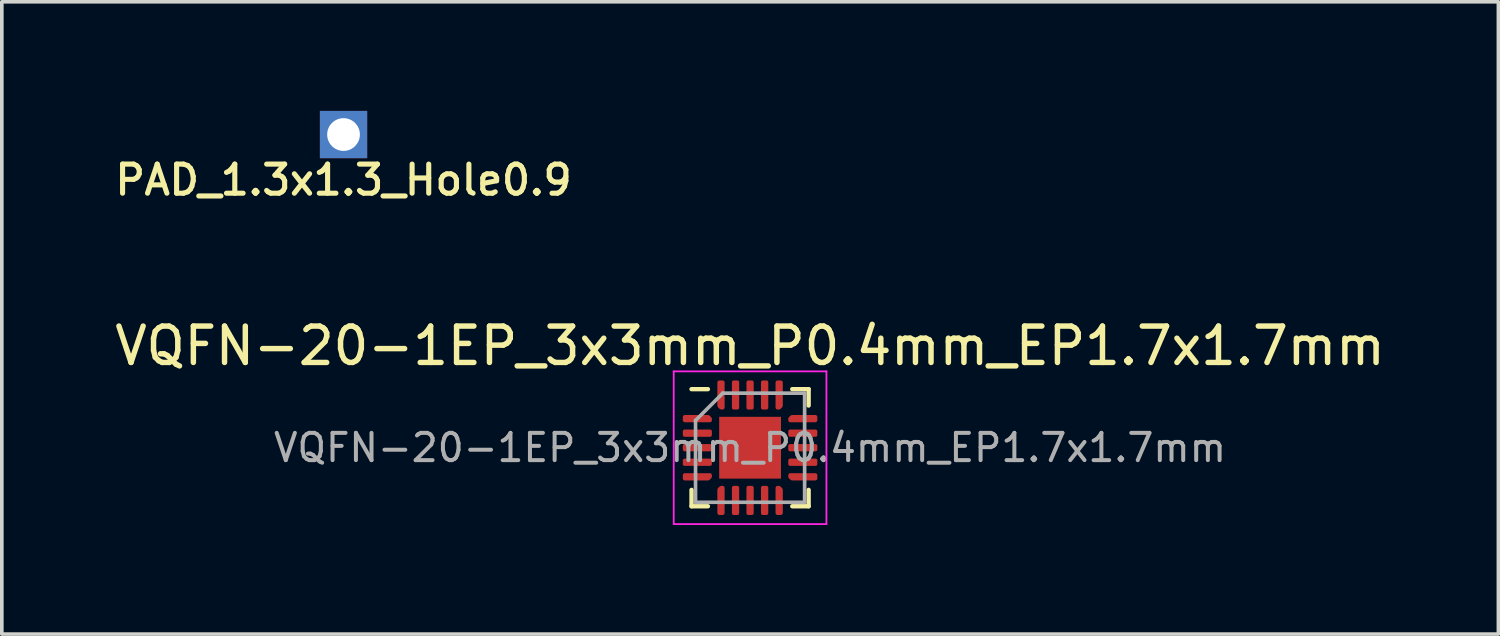
<source format=kicad_pcb>
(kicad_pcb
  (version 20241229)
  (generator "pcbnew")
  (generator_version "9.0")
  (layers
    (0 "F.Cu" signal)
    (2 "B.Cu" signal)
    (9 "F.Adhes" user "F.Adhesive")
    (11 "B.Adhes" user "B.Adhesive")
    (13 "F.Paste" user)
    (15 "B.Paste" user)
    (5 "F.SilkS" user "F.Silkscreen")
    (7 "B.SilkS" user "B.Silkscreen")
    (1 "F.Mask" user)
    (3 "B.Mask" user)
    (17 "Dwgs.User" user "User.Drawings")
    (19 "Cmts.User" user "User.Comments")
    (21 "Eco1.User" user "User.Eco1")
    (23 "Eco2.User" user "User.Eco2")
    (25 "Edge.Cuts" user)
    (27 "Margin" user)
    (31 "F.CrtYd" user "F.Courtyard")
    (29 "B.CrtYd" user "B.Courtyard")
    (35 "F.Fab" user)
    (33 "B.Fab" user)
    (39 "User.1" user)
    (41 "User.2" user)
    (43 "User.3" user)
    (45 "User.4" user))
  (footprint "PAD_1.3x1.3_Hole0.9"
    (layer "F.Cu")
    (at 6.397 0.65)
    (property "Reference" "PAD_1.3x1.3_Hole0.9" (at 0 1.25 0) (layer "F.SilkS") (effects (font (size 0.8 0.8) (thickness 0.14))))
    (attr through_hole)
    (pad "1" thru_hole rect (at 0 0) (size 1.3 1.3) (drill 0.9) (layers "*.Cu" "*.Mask")))
  (footprint "VQFN-20-1EP_3x3mm_P0.4mm_EP1.7x1.7mm"
    (layer "F.Cu")
    (at 17.577 9.262)
    (property "Reference" "VQFN-20-1EP_3x3mm_P0.4mm_EP1.7x1.7mm" (at 0 -2.8 0) (layer "F.SilkS") (effects (font (size 1 1) (thickness 0.15))))
    (attr smd)
    (fp_line (start -1.61 1.61) (end -1.61 1.16) (stroke (width 0.12) (type solid)) (layer "F.SilkS"))
    (fp_line (start -1.16 -1.61) (end -1.61 -1.61) (stroke (width 0.12) (type solid)) (layer "F.SilkS"))
    (fp_line (start -1.16 1.61) (end -1.61 1.61) (stroke (width 0.12) (type solid)) (layer "F.SilkS"))
    (fp_line (start 1.16 -1.61) (end 1.61 -1.61) (stroke (width 0.12) (type solid)) (layer "F.SilkS"))
    (fp_line (start 1.16 1.61) (end 1.61 1.61) (stroke (width 0.12) (type solid)) (layer "F.SilkS"))
    (fp_line (start 1.61 -1.61) (end 1.61 -1.16) (stroke (width 0.12) (type solid)) (layer "F.SilkS"))
    (fp_line (start 1.61 1.61) (end 1.61 1.16) (stroke (width 0.12) (type solid)) (layer "F.SilkS"))
    (fp_line (start -2.1 -2.1) (end -2.1 2.1) (stroke (width 0.05) (type solid)) (layer "F.CrtYd"))
    (fp_line (start -2.1 2.1) (end 2.1 2.1) (stroke (width 0.05) (type solid)) (layer "F.CrtYd"))
    (fp_line (start 2.1 -2.1) (end -2.1 -2.1) (stroke (width 0.05) (type solid)) (layer "F.CrtYd"))
    (fp_line (start 2.1 2.1) (end 2.1 -2.1) (stroke (width 0.05) (type solid)) (layer "F.CrtYd"))
    (fp_line (start -1.5 -0.75) (end -0.75 -1.5) (stroke (width 0.1) (type solid)) (layer "F.Fab"))
    (fp_line (start -1.5 1.5) (end -1.5 -0.75) (stroke (width 0.1) (type solid)) (layer "F.Fab"))
    (fp_line (start -0.75 -1.5) (end 1.5 -1.5) (stroke (width 0.1) (type solid)) (layer "F.Fab"))
    (fp_line (start 1.5 -1.5) (end 1.5 1.5) (stroke (width 0.1) (type solid)) (layer "F.Fab"))
    (fp_line (start 1.5 1.5) (end -1.5 1.5) (stroke (width 0.1) (type solid)) (layer "F.Fab"))
    (fp_text user "${REFERENCE}" (at 0 0 0) (layer "F.Fab") (effects (font (size 0.75 0.75) (thickness 0.11))))
    (pad "" smd roundrect (at -0.425 -0.425) (size 0.69 0.69) (layers "F.Paste") (roundrect_rratio 0.25))
    (pad "" smd roundrect (at -0.425 0.425) (size 0.69 0.69) (layers "F.Paste") (roundrect_rratio 0.25))
    (pad "" smd roundrect (at 0.425 -0.425) (size 0.69 0.69) (layers "F.Paste") (roundrect_rratio 0.25))
    (pad "" smd roundrect (at 0.425 0.425) (size 0.69 0.69) (layers "F.Paste") (roundrect_rratio 0.25))
    (pad "1" smd custom (at -1.45 -0.8) (size 0.143 0.143) (layers "F.Cu" "F.Mask" "F.Paste") (options (anchor circle)) (primitives (gr_poly (pts (xy -0.35 -0.05) (xy 0.299 -0.05) (xy 0.35 0.001) (xy 0.35 0.05) (xy -0.35 0.05)) (width 0.1) (fill yes))))
    (pad "2" smd roundrect (at -1.45 -0.4) (size 0.8 0.2) (layers "F.Cu" "F.Mask" "F.Paste") (roundrect_rratio 0.25))
    (pad "3" smd roundrect (at -1.45 0) (size 0.8 0.2) (layers "F.Cu" "F.Mask" "F.Paste") (roundrect_rratio 0.25))
    (pad "4" smd roundrect (at -1.45 0.4) (size 0.8 0.2) (layers "F.Cu" "F.Mask" "F.Paste") (roundrect_rratio 0.25))
    (pad "5" smd custom (at -1.45 0.8) (size 0.143 0.143) (layers "F.Cu" "F.Mask" "F.Paste") (options (anchor circle)) (primitives (gr_poly (pts (xy -0.35 -0.05) (xy 0.35 -0.05) (xy 0.35 -0.001) (xy 0.299 0.05) (xy -0.35 0.05)) (width 0.1) (fill yes))))
    (pad "6" smd custom (at -0.8 1.45) (size 0.143 0.143) (layers "F.Cu" "F.Mask" "F.Paste") (options (anchor circle)) (primitives (gr_poly (pts (xy -0.05 -0.299) (xy 0.001 -0.35) (xy 0.05 -0.35) (xy 0.05 0.35) (xy -0.05 0.35)) (width 0.1) (fill yes))))
    (pad "7" smd roundrect (at -0.4 1.45) (size 0.2 0.8) (layers "F.Cu" "F.Mask" "F.Paste") (roundrect_rratio 0.25))
    (pad "8" smd roundrect (at 0 1.45) (size 0.2 0.8) (layers "F.Cu" "F.Mask" "F.Paste") (roundrect_rratio 0.25))
    (pad "9" smd roundrect (at 0.4 1.45) (size 0.2 0.8) (layers "F.Cu" "F.Mask" "F.Paste") (roundrect_rratio 0.25))
    (pad "10" smd custom (at 0.8 1.45) (size 0.143 0.143) (layers "F.Cu" "F.Mask" "F.Paste") (options (anchor circle)) (primitives (gr_poly (pts (xy -0.05 -0.35) (xy -0.001 -0.35) (xy 0.05 -0.299) (xy 0.05 0.35) (xy -0.05 0.35)) (width 0.1) (fill yes))))
    (pad "11" smd custom (at 1.45 0.8) (size 0.143 0.143) (layers "F.Cu" "F.Mask" "F.Paste") (options (anchor circle)) (primitives (gr_poly (pts (xy -0.35 -0.05) (xy 0.35 -0.05) (xy 0.35 0.05) (xy -0.299 0.05) (xy -0.35 -0.001)) (width 0.1) (fill yes))))
    (pad "12" smd roundrect (at 1.45 0.4) (size 0.8 0.2) (layers "F.Cu" "F.Mask" "F.Paste") (roundrect_rratio 0.25))
    (pad "13" smd roundrect (at 1.45 0) (size 0.8 0.2) (layers "F.Cu" "F.Mask" "F.Paste") (roundrect_rratio 0.25))
    (pad "14" smd roundrect (at 1.45 -0.4) (size 0.8 0.2) (layers "F.Cu" "F.Mask" "F.Paste") (roundrect_rratio 0.25))
    (pad "15" smd custom (at 1.45 -0.8) (size 0.143 0.143) (layers "F.Cu" "F.Mask" "F.Paste") (options (anchor circle)) (primitives (gr_poly (pts (xy -0.35 0.001) (xy -0.299 -0.05) (xy 0.35 -0.05) (xy 0.35 0.05) (xy -0.35 0.05)) (width 0.1) (fill yes))))
    (pad "16" smd custom (at 0.8 -1.45) (size 0.143 0.143) (layers "F.Cu" "F.Mask" "F.Paste") (options (anchor circle)) (primitives (gr_poly (pts (xy -0.05 -0.35) (xy 0.05 -0.35) (xy 0.05 0.299) (xy -0.001 0.35) (xy -0.05 0.35)) (width 0.1) (fill yes))))
    (pad "17" smd roundrect (at 0.4 -1.45) (size 0.2 0.8) (layers "F.Cu" "F.Mask" "F.Paste") (roundrect_rratio 0.25))
    (pad "18" smd roundrect (at 0 -1.45) (size 0.2 0.8) (layers "F.Cu" "F.Mask" "F.Paste") (roundrect_rratio 0.25))
    (pad "19" smd roundrect (at -0.4 -1.45) (size 0.2 0.8) (layers "F.Cu" "F.Mask" "F.Paste") (roundrect_rratio 0.25))
    (pad "20" smd custom (at -0.8 -1.45) (size 0.143 0.143) (layers "F.Cu" "F.Mask" "F.Paste") (options (anchor circle)) (primitives (gr_poly (pts (xy -0.05 -0.35) (xy 0.05 -0.35) (xy 0.05 0.35) (xy 0.001 0.35) (xy -0.05 0.299)) (width 0.1) (fill yes))))
    (pad "21" smd rect (at 0 0) (size 1.7 1.7) (layers "F.Cu" "F.Mask")))
  (gr_rect
    (start -3 -3)
    (end 38.155 14.387)
    (stroke (width 0.1) (type default))
    (fill no)
    (layer "Edge.Cuts")))
</source>
